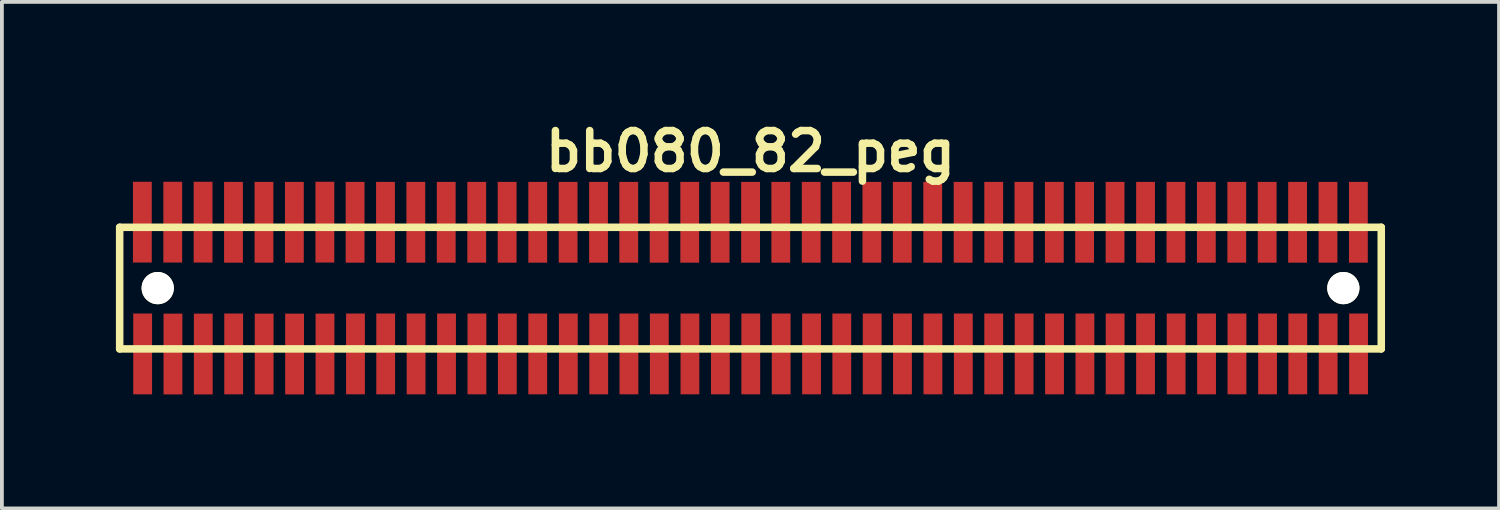
<source format=kicad_pcb>
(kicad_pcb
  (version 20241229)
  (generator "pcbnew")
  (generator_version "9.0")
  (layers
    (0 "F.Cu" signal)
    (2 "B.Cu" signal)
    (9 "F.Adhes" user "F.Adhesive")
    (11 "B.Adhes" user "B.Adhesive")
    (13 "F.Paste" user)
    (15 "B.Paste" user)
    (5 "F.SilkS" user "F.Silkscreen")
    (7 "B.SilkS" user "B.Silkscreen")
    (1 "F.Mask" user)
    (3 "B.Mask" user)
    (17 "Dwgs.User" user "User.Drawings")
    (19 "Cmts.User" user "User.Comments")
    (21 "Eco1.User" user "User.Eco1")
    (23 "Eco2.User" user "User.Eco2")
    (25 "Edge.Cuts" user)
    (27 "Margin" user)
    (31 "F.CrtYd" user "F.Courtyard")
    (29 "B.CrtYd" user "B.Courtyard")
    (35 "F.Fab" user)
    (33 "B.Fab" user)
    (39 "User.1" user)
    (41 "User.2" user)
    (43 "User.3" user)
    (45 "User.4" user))
  (footprint "bb080_82_peg"
    (layer "F.Cu")
    (at 16.698 4.531)
    (property "Reference" "bb080_82_peg" (at 0 -3.599 0) (layer "F.SilkS") (effects (font (size 0.998 0.998) (thickness 0.198))))
    (attr smd)
    (fp_line (start -16.599 -1.6) (end -16.599 1.6) (stroke (width 0.198) (type solid)) (layer "F.SilkS"))
    (fp_line (start -16.599 1.6) (end 16.599 1.6) (stroke (width 0.198) (type solid)) (layer "F.SilkS"))
    (fp_line (start 16.599 -1.6) (end -16.599 -1.6) (stroke (width 0.198) (type solid)) (layer "F.SilkS"))
    (fp_line (start 16.599 1.6) (end 16.599 -1.6) (stroke (width 0.198) (type solid)) (layer "F.SilkS"))
    (pad "" np_thru_hole circle (at -15.598 0) (size 0.848 0.848) (drill 0.848) (layers "*.Cu" "*.Mask" "F.SilkS"))
    (pad "" np_thru_hole circle (at 15.601 0) (size 0.848 0.848) (drill 0.848) (layers "*.Cu" "*.Mask" "F.SilkS"))
    (pad "1" smd rect (at -15.994 1.732) (size 0.495 2.126) (layers "F.Cu" "F.Mask" "F.Paste"))
    (pad "2" smd rect (at -16.002 -1.735) (size 0.495 2.126) (layers "F.Cu" "F.Mask" "F.Paste"))
    (pad "3" smd rect (at -15.197 1.735) (size 0.495 2.126) (layers "F.Cu" "F.Mask" "F.Paste"))
    (pad "4" smd rect (at -15.202 -1.735) (size 0.495 2.126) (layers "F.Cu" "F.Mask" "F.Paste"))
    (pad "5" smd rect (at -14.399 1.735) (size 0.495 2.126) (layers "F.Cu" "F.Mask" "F.Paste"))
    (pad "6" smd rect (at -14.404 -1.735) (size 0.495 2.126) (layers "F.Cu" "F.Mask" "F.Paste"))
    (pad "7" smd rect (at -13.599 1.732) (size 0.495 2.126) (layers "F.Cu" "F.Mask" "F.Paste"))
    (pad "8" smd rect (at -13.604 -1.732) (size 0.495 2.126) (layers "F.Cu" "F.Mask" "F.Paste"))
    (pad "9" smd rect (at -12.797 1.735) (size 0.495 2.126) (layers "F.Cu" "F.Mask" "F.Paste"))
    (pad "10" smd rect (at -12.802 -1.732) (size 0.495 2.126) (layers "F.Cu" "F.Mask" "F.Paste"))
    (pad "11" smd rect (at -11.996 1.735) (size 0.495 2.126) (layers "F.Cu" "F.Mask" "F.Paste"))
    (pad "12" smd rect (at -12.002 -1.732) (size 0.495 2.126) (layers "F.Cu" "F.Mask" "F.Paste"))
    (pad "13" smd rect (at -11.196 1.735) (size 0.495 2.126) (layers "F.Cu" "F.Mask" "F.Paste"))
    (pad "14" smd rect (at -11.199 -1.735) (size 0.495 2.126) (layers "F.Cu" "F.Mask" "F.Paste"))
    (pad "15" smd rect (at -10.394 1.732) (size 0.495 2.126) (layers "F.Cu" "F.Mask" "F.Paste"))
    (pad "16" smd rect (at -10.404 -1.732) (size 0.495 2.126) (layers "F.Cu" "F.Mask" "F.Paste"))
    (pad "17" smd rect (at -9.599 1.732) (size 0.495 2.126) (layers "F.Cu" "F.Mask" "F.Paste"))
    (pad "18" smd rect (at -9.604 -1.732) (size 0.495 2.126) (layers "F.Cu" "F.Mask" "F.Paste"))
    (pad "19" smd rect (at -8.799 1.732) (size 0.495 2.126) (layers "F.Cu" "F.Mask" "F.Paste"))
    (pad "20" smd rect (at -8.806 -1.732) (size 0.495 2.126) (layers "F.Cu" "F.Mask" "F.Paste"))
    (pad "21" smd rect (at -7.998 1.732) (size 0.495 2.126) (layers "F.Cu" "F.Mask" "F.Paste"))
    (pad "22" smd rect (at -8.006 -1.732) (size 0.495 2.126) (layers "F.Cu" "F.Mask" "F.Paste"))
    (pad "23" smd rect (at -7.198 1.732) (size 0.495 2.126) (layers "F.Cu" "F.Mask" "F.Paste"))
    (pad "24" smd rect (at -7.203 -1.732) (size 0.495 2.126) (layers "F.Cu" "F.Mask" "F.Paste"))
    (pad "25" smd rect (at -6.398 1.732) (size 0.495 2.126) (layers "F.Cu" "F.Mask" "F.Paste"))
    (pad "26" smd rect (at -6.403 -1.732) (size 0.495 2.126) (layers "F.Cu" "F.Mask" "F.Paste"))
    (pad "27" smd rect (at -5.598 1.732) (size 0.495 2.126) (layers "F.Cu" "F.Mask" "F.Paste"))
    (pad "28" smd rect (at -5.598 -1.732) (size 0.495 2.126) (layers "F.Cu" "F.Mask" "F.Paste"))
    (pad "29" smd rect (at -4.793 1.732) (size 0.495 2.126) (layers "F.Cu" "F.Mask" "F.Paste"))
    (pad "30" smd rect (at -4.798 -1.732) (size 0.495 2.126) (layers "F.Cu" "F.Mask" "F.Paste"))
    (pad "31" smd rect (at -3.993 1.732) (size 0.495 2.126) (layers "F.Cu" "F.Mask" "F.Paste"))
    (pad "32" smd rect (at -3.998 -1.732) (size 0.495 2.126) (layers "F.Cu" "F.Mask" "F.Paste"))
    (pad "33" smd rect (at -3.198 1.732) (size 0.495 2.126) (layers "F.Cu" "F.Mask" "F.Paste"))
    (pad "34" smd rect (at -3.203 -1.732) (size 0.495 2.126) (layers "F.Cu" "F.Mask" "F.Paste"))
    (pad "35" smd rect (at -2.398 1.732) (size 0.495 2.126) (layers "F.Cu" "F.Mask" "F.Paste"))
    (pad "36" smd rect (at -2.403 -1.732) (size 0.495 2.126) (layers "F.Cu" "F.Mask" "F.Paste"))
    (pad "37" smd rect (at -1.593 1.732) (size 0.495 2.126) (layers "F.Cu" "F.Mask" "F.Paste"))
    (pad "38" smd rect (at -1.598 -1.732) (size 0.495 2.126) (layers "F.Cu" "F.Mask" "F.Paste"))
    (pad "39" smd rect (at -0.792 1.732) (size 0.495 2.126) (layers "F.Cu" "F.Mask" "F.Paste"))
    (pad "40" smd rect (at -0.798 -1.732) (size 0.495 2.126) (layers "F.Cu" "F.Mask" "F.Paste"))
    (pad "41" smd rect (at 0.008 1.732) (size 0.495 2.126) (layers "F.Cu" "F.Mask" "F.Paste"))
    (pad "42" smd rect (at 0.003 -1.732) (size 0.495 2.126) (layers "F.Cu" "F.Mask" "F.Paste"))
    (pad "43" smd rect (at 0.808 1.732) (size 0.495 2.126) (layers "F.Cu" "F.Mask" "F.Paste"))
    (pad "44" smd rect (at 0.798 -1.732) (size 0.495 2.126) (layers "F.Cu" "F.Mask" "F.Paste"))
    (pad "45" smd rect (at 1.608 1.732) (size 0.495 2.126) (layers "F.Cu" "F.Mask" "F.Paste"))
    (pad "46" smd rect (at 1.598 -1.732) (size 0.495 2.126) (layers "F.Cu" "F.Mask" "F.Paste"))
    (pad "47" smd rect (at 2.403 1.732) (size 0.495 2.126) (layers "F.Cu" "F.Mask" "F.Paste"))
    (pad "48" smd rect (at 2.398 -1.732) (size 0.495 2.126) (layers "F.Cu" "F.Mask" "F.Paste"))
    (pad "49" smd rect (at 3.203 1.732) (size 0.495 2.126) (layers "F.Cu" "F.Mask" "F.Paste"))
    (pad "50" smd rect (at 3.195 -1.732) (size 0.495 2.126) (layers "F.Cu" "F.Mask" "F.Paste"))
    (pad "51" smd rect (at 4 1.732) (size 0.495 2.126) (layers "F.Cu" "F.Mask" "F.Paste"))
    (pad "52" smd rect (at 3.995 -1.732) (size 0.495 2.126) (layers "F.Cu" "F.Mask" "F.Paste"))
    (pad "53" smd rect (at 4.801 1.732) (size 0.495 2.126) (layers "F.Cu" "F.Mask" "F.Paste"))
    (pad "54" smd rect (at 4.796 -1.732) (size 0.495 2.126) (layers "F.Cu" "F.Mask" "F.Paste"))
    (pad "55" smd rect (at 5.601 1.732) (size 0.495 2.126) (layers "F.Cu" "F.Mask" "F.Paste"))
    (pad "56" smd rect (at 5.596 -1.732) (size 0.495 2.126) (layers "F.Cu" "F.Mask" "F.Paste"))
    (pad "57" smd rect (at 6.401 1.732) (size 0.495 2.126) (layers "F.Cu" "F.Mask" "F.Paste"))
    (pad "58" smd rect (at 6.401 -1.732) (size 0.495 2.126) (layers "F.Cu" "F.Mask" "F.Paste"))
    (pad "59" smd rect (at 7.201 1.732) (size 0.495 2.126) (layers "F.Cu" "F.Mask" "F.Paste"))
    (pad "60" smd rect (at 7.196 -1.732) (size 0.495 2.126) (layers "F.Cu" "F.Mask" "F.Paste"))
    (pad "61" smd rect (at 8.001 1.732) (size 0.495 2.126) (layers "F.Cu" "F.Mask" "F.Paste"))
    (pad "62" smd rect (at 7.996 -1.732) (size 0.495 2.126) (layers "F.Cu" "F.Mask" "F.Paste"))
    (pad "63" smd rect (at 8.801 1.732) (size 0.495 2.126) (layers "F.Cu" "F.Mask" "F.Paste"))
    (pad "64" smd rect (at 8.793 -1.732) (size 0.495 2.126) (layers "F.Cu" "F.Mask" "F.Paste"))
    (pad "65" smd rect (at 9.596 1.732) (size 0.495 2.126) (layers "F.Cu" "F.Mask" "F.Paste"))
    (pad "66" smd rect (at 9.594 -1.732) (size 0.495 2.126) (layers "F.Cu" "F.Mask" "F.Paste"))
    (pad "67" smd rect (at 10.396 1.732) (size 0.495 2.126) (layers "F.Cu" "F.Mask" "F.Paste"))
    (pad "68" smd rect (at 10.396 -1.732) (size 0.495 2.126) (layers "F.Cu" "F.Mask" "F.Paste"))
    (pad "69" smd rect (at 11.201 1.732) (size 0.495 2.126) (layers "F.Cu" "F.Mask" "F.Paste"))
    (pad "70" smd rect (at 11.196 -1.732) (size 0.495 2.126) (layers "F.Cu" "F.Mask" "F.Paste"))
    (pad "71" smd rect (at 12.002 1.732) (size 0.495 2.126) (layers "F.Cu" "F.Mask" "F.Paste"))
    (pad "72" smd rect (at 11.996 -1.732) (size 0.495 2.126) (layers "F.Cu" "F.Mask" "F.Paste"))
    (pad "73" smd rect (at 12.802 1.732) (size 0.495 2.126) (layers "F.Cu" "F.Mask" "F.Paste"))
    (pad "74" smd rect (at 12.797 -1.732) (size 0.495 2.126) (layers "F.Cu" "F.Mask" "F.Paste"))
    (pad "75" smd rect (at 13.607 1.732) (size 0.495 2.126) (layers "F.Cu" "F.Mask" "F.Paste"))
    (pad "76" smd rect (at 13.597 -1.732) (size 0.495 2.126) (layers "F.Cu" "F.Mask" "F.Paste"))
    (pad "77" smd rect (at 14.402 1.732) (size 0.495 2.126) (layers "F.Cu" "F.Mask" "F.Paste"))
    (pad "78" smd rect (at 14.397 -1.732) (size 0.495 2.126) (layers "F.Cu" "F.Mask" "F.Paste"))
    (pad "79" smd rect (at 15.202 1.732) (size 0.495 2.126) (layers "F.Cu" "F.Mask" "F.Paste"))
    (pad "80" smd rect (at 15.197 -1.732) (size 0.495 2.126) (layers "F.Cu" "F.Mask" "F.Paste"))
    (pad "81" smd rect (at 16.002 1.732) (size 0.495 2.126) (layers "F.Cu" "F.Mask" "F.Paste"))
    (pad "82" smd rect (at 15.997 -1.732) (size 0.495 2.126) (layers "F.Cu" "F.Mask" "F.Paste")))
  (gr_rect
    (start -3 -3)
    (end 36.396 10.329)
    (stroke (width 0.1) (type default))
    (fill no)
    (layer "Edge.Cuts")))
</source>
